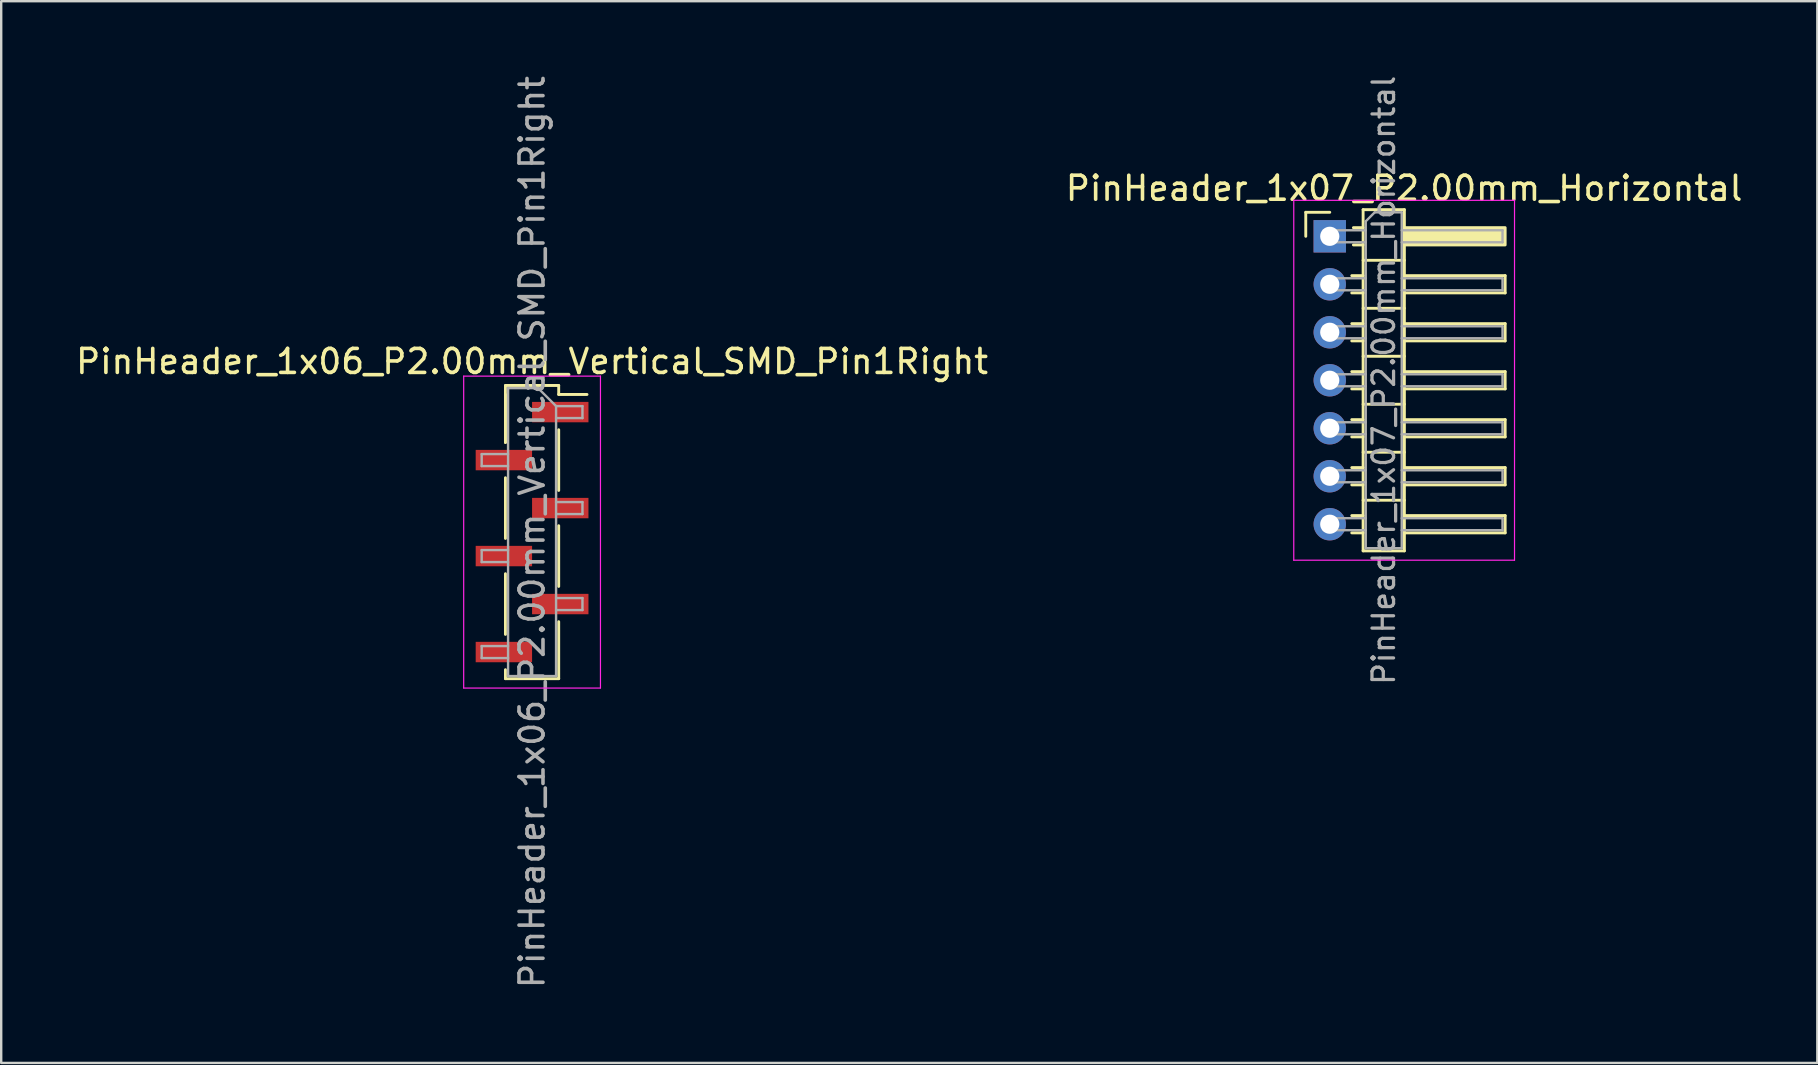
<source format=kicad_pcb>
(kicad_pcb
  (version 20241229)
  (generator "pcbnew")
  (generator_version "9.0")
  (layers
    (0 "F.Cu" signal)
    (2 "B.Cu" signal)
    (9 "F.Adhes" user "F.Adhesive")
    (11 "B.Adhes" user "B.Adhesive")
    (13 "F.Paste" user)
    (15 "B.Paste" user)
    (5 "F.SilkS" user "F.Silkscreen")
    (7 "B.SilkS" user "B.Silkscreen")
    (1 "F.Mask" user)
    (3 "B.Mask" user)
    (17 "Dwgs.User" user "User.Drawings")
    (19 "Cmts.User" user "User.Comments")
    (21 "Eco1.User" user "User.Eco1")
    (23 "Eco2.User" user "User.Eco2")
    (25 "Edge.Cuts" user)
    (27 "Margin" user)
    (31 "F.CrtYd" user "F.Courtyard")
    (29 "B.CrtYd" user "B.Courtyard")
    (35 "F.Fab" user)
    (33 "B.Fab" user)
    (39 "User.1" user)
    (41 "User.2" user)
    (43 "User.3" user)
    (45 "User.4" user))
  (footprint "PinHeader_1x06_P2.00mm_Vertical_SMD_Pin1Right"
    (layer "F.Cu")
    (at 19.125 19.125)
    (property "Reference" "PinHeader_1x06_P2.00mm_Vertical_SMD_Pin1Right" (at 0 -7.11 0) (layer "F.SilkS") (effects (font (size 1 1) (thickness 0.15))))
    (attr smd)
    (fp_line (start -1.11 -6.11) (end -1.11 -3.735) (stroke (width 0.12) (type solid)) (layer "F.SilkS"))
    (fp_line (start -1.11 -6.11) (end 1.11 -6.11) (stroke (width 0.12) (type solid)) (layer "F.SilkS"))
    (fp_line (start -1.11 -5.735) (end -1.11 -3.735) (stroke (width 0.12) (type solid)) (layer "F.SilkS"))
    (fp_line (start -1.11 -2.265) (end -1.11 0.265) (stroke (width 0.12) (type solid)) (layer "F.SilkS"))
    (fp_line (start -1.11 1.735) (end -1.11 4.265) (stroke (width 0.12) (type solid)) (layer "F.SilkS"))
    (fp_line (start -1.11 5.735) (end -1.11 6.11) (stroke (width 0.12) (type solid)) (layer "F.SilkS"))
    (fp_line (start -1.11 6.11) (end 1.11 6.11) (stroke (width 0.12) (type solid)) (layer "F.SilkS"))
    (fp_line (start 1.11 -6.11) (end 1.11 -5.735) (stroke (width 0.12) (type solid)) (layer "F.SilkS"))
    (fp_line (start 1.11 -5.735) (end 2.29 -5.735) (stroke (width 0.12) (type solid)) (layer "F.SilkS"))
    (fp_line (start 1.11 -4.265) (end 1.11 -1.735) (stroke (width 0.12) (type solid)) (layer "F.SilkS"))
    (fp_line (start 1.11 -0.265) (end 1.11 2.265) (stroke (width 0.12) (type solid)) (layer "F.SilkS"))
    (fp_line (start 1.11 3.735) (end 1.11 6.11) (stroke (width 0.12) (type solid)) (layer "F.SilkS"))
    (fp_line (start -2.85 -6.5) (end -2.85 6.5) (stroke (width 0.05) (type solid)) (layer "F.CrtYd"))
    (fp_line (start -2.85 6.5) (end 2.85 6.5) (stroke (width 0.05) (type solid)) (layer "F.CrtYd"))
    (fp_line (start 2.85 -6.5) (end -2.85 -6.5) (stroke (width 0.05) (type solid)) (layer "F.CrtYd"))
    (fp_line (start 2.85 6.5) (end 2.85 -6.5) (stroke (width 0.05) (type solid)) (layer "F.CrtYd"))
    (fp_line (start -2.1 -3.25) (end -2.1 -2.75) (stroke (width 0.1) (type solid)) (layer "F.Fab"))
    (fp_line (start -2.1 -2.75) (end -1 -2.75) (stroke (width 0.1) (type solid)) (layer "F.Fab"))
    (fp_line (start -2.1 0.75) (end -2.1 1.25) (stroke (width 0.1) (type solid)) (layer "F.Fab"))
    (fp_line (start -2.1 1.25) (end -1 1.25) (stroke (width 0.1) (type solid)) (layer "F.Fab"))
    (fp_line (start -2.1 4.75) (end -2.1 5.25) (stroke (width 0.1) (type solid)) (layer "F.Fab"))
    (fp_line (start -2.1 5.25) (end -1 5.25) (stroke (width 0.1) (type solid)) (layer "F.Fab"))
    (fp_line (start -1 -6) (end -1 6) (stroke (width 0.1) (type solid)) (layer "F.Fab"))
    (fp_line (start -1 -6) (end 0.25 -6) (stroke (width 0.1) (type solid)) (layer "F.Fab"))
    (fp_line (start -1 -3.25) (end -2.1 -3.25) (stroke (width 0.1) (type solid)) (layer "F.Fab"))
    (fp_line (start -1 0.75) (end -2.1 0.75) (stroke (width 0.1) (type solid)) (layer "F.Fab"))
    (fp_line (start -1 4.75) (end -2.1 4.75) (stroke (width 0.1) (type solid)) (layer "F.Fab"))
    (fp_line (start 1 -5.25) (end 0.25 -6) (stroke (width 0.1) (type solid)) (layer "F.Fab"))
    (fp_line (start 1 -5.25) (end 2.1 -5.25) (stroke (width 0.1) (type solid)) (layer "F.Fab"))
    (fp_line (start 1 -1.25) (end 2.1 -1.25) (stroke (width 0.1) (type solid)) (layer "F.Fab"))
    (fp_line (start 1 2.75) (end 2.1 2.75) (stroke (width 0.1) (type solid)) (layer "F.Fab"))
    (fp_line (start 1 6) (end -1 6) (stroke (width 0.1) (type solid)) (layer "F.Fab"))
    (fp_line (start 1 6) (end 1 -5.25) (stroke (width 0.1) (type solid)) (layer "F.Fab"))
    (fp_line (start 2.1 -5.25) (end 2.1 -4.75) (stroke (width 0.1) (type solid)) (layer "F.Fab"))
    (fp_line (start 2.1 -4.75) (end 1 -4.75) (stroke (width 0.1) (type solid)) (layer "F.Fab"))
    (fp_line (start 2.1 -1.25) (end 2.1 -0.75) (stroke (width 0.1) (type solid)) (layer "F.Fab"))
    (fp_line (start 2.1 -0.75) (end 1 -0.75) (stroke (width 0.1) (type solid)) (layer "F.Fab"))
    (fp_line (start 2.1 2.75) (end 2.1 3.25) (stroke (width 0.1) (type solid)) (layer "F.Fab"))
    (fp_line (start 2.1 3.25) (end 1 3.25) (stroke (width 0.1) (type solid)) (layer "F.Fab"))
    (fp_text user "${REFERENCE}" (at 0 0 90) (layer "F.Fab") (effects (font (size 1 1) (thickness 0.15))))
    (pad "1" smd rect (at 1.175 -5) (size 2.35 0.85) (layers "F.Cu" "F.Mask" "F.Paste"))
    (pad "2" smd rect (at -1.175 -3) (size 2.35 0.85) (layers "F.Cu" "F.Mask" "F.Paste"))
    (pad "3" smd rect (at 1.175 -1) (size 2.35 0.85) (layers "F.Cu" "F.Mask" "F.Paste"))
    (pad "4" smd rect (at -1.175 1) (size 2.35 0.85) (layers "F.Cu" "F.Mask" "F.Paste"))
    (pad "5" smd rect (at 1.175 3) (size 2.35 0.85) (layers "F.Cu" "F.Mask" "F.Paste"))
    (pad "6" smd rect (at -1.175 5) (size 2.35 0.85) (layers "F.Cu" "F.Mask" "F.Paste")))
  (footprint "PinHeader_1x07_P2.00mm_Horizontal"
    (layer "F.Cu")
    (at 52.37 6.798)
    (property "Reference" "PinHeader_1x07_P2.00mm_Horizontal" (at 3.1 -2 0) (layer "F.SilkS") (effects (font (size 1 1) (thickness 0.15))))
    (attr through_hole)
    (fp_line (start -1 -1) (end 0 -1) (stroke (width 0.12) (type solid)) (layer "F.SilkS"))
    (fp_line (start -1 0) (end -1 -1) (stroke (width 0.12) (type solid)) (layer "F.SilkS"))
    (fp_line (start 0.917 1.64) (end 1.39 1.64) (stroke (width 0.12) (type solid)) (layer "F.SilkS"))
    (fp_line (start 0.917 2.36) (end 1.39 2.36) (stroke (width 0.12) (type solid)) (layer "F.SilkS"))
    (fp_line (start 0.917 3.64) (end 1.39 3.64) (stroke (width 0.12) (type solid)) (layer "F.SilkS"))
    (fp_line (start 0.917 4.36) (end 1.39 4.36) (stroke (width 0.12) (type solid)) (layer "F.SilkS"))
    (fp_line (start 0.917 5.64) (end 1.39 5.64) (stroke (width 0.12) (type solid)) (layer "F.SilkS"))
    (fp_line (start 0.917 6.36) (end 1.39 6.36) (stroke (width 0.12) (type solid)) (layer "F.SilkS"))
    (fp_line (start 0.917 7.64) (end 1.39 7.64) (stroke (width 0.12) (type solid)) (layer "F.SilkS"))
    (fp_line (start 0.917 8.36) (end 1.39 8.36) (stroke (width 0.12) (type solid)) (layer "F.SilkS"))
    (fp_line (start 0.917 9.64) (end 1.39 9.64) (stroke (width 0.12) (type solid)) (layer "F.SilkS"))
    (fp_line (start 0.917 10.36) (end 1.39 10.36) (stroke (width 0.12) (type solid)) (layer "F.SilkS"))
    (fp_line (start 0.917 11.64) (end 1.39 11.64) (stroke (width 0.12) (type solid)) (layer "F.SilkS"))
    (fp_line (start 0.917 12.36) (end 1.39 12.36) (stroke (width 0.12) (type solid)) (layer "F.SilkS"))
    (fp_line (start 0.985 -0.36) (end 1.39 -0.36) (stroke (width 0.12) (type solid)) (layer "F.SilkS"))
    (fp_line (start 0.985 0.36) (end 1.39 0.36) (stroke (width 0.12) (type solid)) (layer "F.SilkS"))
    (fp_line (start 1.39 -1.11) (end 1.39 13.11) (stroke (width 0.12) (type solid)) (layer "F.SilkS"))
    (fp_line (start 1.39 1) (end 3.11 1) (stroke (width 0.12) (type solid)) (layer "F.SilkS"))
    (fp_line (start 1.39 3) (end 3.11 3) (stroke (width 0.12) (type solid)) (layer "F.SilkS"))
    (fp_line (start 1.39 5) (end 3.11 5) (stroke (width 0.12) (type solid)) (layer "F.SilkS"))
    (fp_line (start 1.39 7) (end 3.11 7) (stroke (width 0.12) (type solid)) (layer "F.SilkS"))
    (fp_line (start 1.39 9) (end 3.11 9) (stroke (width 0.12) (type solid)) (layer "F.SilkS"))
    (fp_line (start 1.39 11) (end 3.11 11) (stroke (width 0.12) (type solid)) (layer "F.SilkS"))
    (fp_line (start 1.39 13.11) (end 3.11 13.11) (stroke (width 0.12) (type solid)) (layer "F.SilkS"))
    (fp_line (start 3.11 -1.11) (end 1.39 -1.11) (stroke (width 0.12) (type solid)) (layer "F.SilkS"))
    (fp_line (start 3.11 1.64) (end 7.31 1.64) (stroke (width 0.12) (type solid)) (layer "F.SilkS"))
    (fp_line (start 3.11 3.64) (end 7.31 3.64) (stroke (width 0.12) (type solid)) (layer "F.SilkS"))
    (fp_line (start 3.11 5.64) (end 7.31 5.64) (stroke (width 0.12) (type solid)) (layer "F.SilkS"))
    (fp_line (start 3.11 7.64) (end 7.31 7.64) (stroke (width 0.12) (type solid)) (layer "F.SilkS"))
    (fp_line (start 3.11 9.64) (end 7.31 9.64) (stroke (width 0.12) (type solid)) (layer "F.SilkS"))
    (fp_line (start 3.11 11.64) (end 7.31 11.64) (stroke (width 0.12) (type solid)) (layer "F.SilkS"))
    (fp_line (start 3.11 13.11) (end 3.11 -1.11) (stroke (width 0.12) (type solid)) (layer "F.SilkS"))
    (fp_line (start 7.31 1.64) (end 7.31 2.36) (stroke (width 0.12) (type solid)) (layer "F.SilkS"))
    (fp_line (start 7.31 2.36) (end 3.11 2.36) (stroke (width 0.12) (type solid)) (layer "F.SilkS"))
    (fp_line (start 7.31 3.64) (end 7.31 4.36) (stroke (width 0.12) (type solid)) (layer "F.SilkS"))
    (fp_line (start 7.31 4.36) (end 3.11 4.36) (stroke (width 0.12) (type solid)) (layer "F.SilkS"))
    (fp_line (start 7.31 5.64) (end 7.31 6.36) (stroke (width 0.12) (type solid)) (layer "F.SilkS"))
    (fp_line (start 7.31 6.36) (end 3.11 6.36) (stroke (width 0.12) (type solid)) (layer "F.SilkS"))
    (fp_line (start 7.31 7.64) (end 7.31 8.36) (stroke (width 0.12) (type solid)) (layer "F.SilkS"))
    (fp_line (start 7.31 8.36) (end 3.11 8.36) (stroke (width 0.12) (type solid)) (layer "F.SilkS"))
    (fp_line (start 7.31 9.64) (end 7.31 10.36) (stroke (width 0.12) (type solid)) (layer "F.SilkS"))
    (fp_line (start 7.31 10.36) (end 3.11 10.36) (stroke (width 0.12) (type solid)) (layer "F.SilkS"))
    (fp_line (start 7.31 11.64) (end 7.31 12.36) (stroke (width 0.12) (type solid)) (layer "F.SilkS"))
    (fp_line (start 7.31 12.36) (end 3.11 12.36) (stroke (width 0.12) (type solid)) (layer "F.SilkS"))
    (fp_rect (start 3.11 -0.36) (end 7.31 0.36) (stroke (width 0.12) (type solid)) (fill yes) (layer "F.SilkS"))
    (fp_line (start -1.5 -1.5) (end -1.5 13.5) (stroke (width 0.05) (type solid)) (layer "F.CrtYd"))
    (fp_line (start -1.5 13.5) (end 7.7 13.5) (stroke (width 0.05) (type solid)) (layer "F.CrtYd"))
    (fp_line (start 7.7 -1.5) (end -1.5 -1.5) (stroke (width 0.05) (type solid)) (layer "F.CrtYd"))
    (fp_line (start 7.7 13.5) (end 7.7 -1.5) (stroke (width 0.05) (type solid)) (layer "F.CrtYd"))
    (fp_line (start -0.25 -0.25) (end -0.25 0.25) (stroke (width 0.1) (type solid)) (layer "F.Fab"))
    (fp_line (start -0.25 -0.25) (end 1.5 -0.25) (stroke (width 0.1) (type solid)) (layer "F.Fab"))
    (fp_line (start -0.25 0.25) (end 1.5 0.25) (stroke (width 0.1) (type solid)) (layer "F.Fab"))
    (fp_line (start -0.25 1.75) (end -0.25 2.25) (stroke (width 0.1) (type solid)) (layer "F.Fab"))
    (fp_line (start -0.25 1.75) (end 1.5 1.75) (stroke (width 0.1) (type solid)) (layer "F.Fab"))
    (fp_line (start -0.25 2.25) (end 1.5 2.25) (stroke (width 0.1) (type solid)) (layer "F.Fab"))
    (fp_line (start -0.25 3.75) (end -0.25 4.25) (stroke (width 0.1) (type solid)) (layer "F.Fab"))
    (fp_line (start -0.25 3.75) (end 1.5 3.75) (stroke (width 0.1) (type solid)) (layer "F.Fab"))
    (fp_line (start -0.25 4.25) (end 1.5 4.25) (stroke (width 0.1) (type solid)) (layer "F.Fab"))
    (fp_line (start -0.25 5.75) (end -0.25 6.25) (stroke (width 0.1) (type solid)) (layer "F.Fab"))
    (fp_line (start -0.25 5.75) (end 1.5 5.75) (stroke (width 0.1) (type solid)) (layer "F.Fab"))
    (fp_line (start -0.25 6.25) (end 1.5 6.25) (stroke (width 0.1) (type solid)) (layer "F.Fab"))
    (fp_line (start -0.25 7.75) (end -0.25 8.25) (stroke (width 0.1) (type solid)) (layer "F.Fab"))
    (fp_line (start -0.25 7.75) (end 1.5 7.75) (stroke (width 0.1) (type solid)) (layer "F.Fab"))
    (fp_line (start -0.25 8.25) (end 1.5 8.25) (stroke (width 0.1) (type solid)) (layer "F.Fab"))
    (fp_line (start -0.25 9.75) (end -0.25 10.25) (stroke (width 0.1) (type solid)) (layer "F.Fab"))
    (fp_line (start -0.25 9.75) (end 1.5 9.75) (stroke (width 0.1) (type solid)) (layer "F.Fab"))
    (fp_line (start -0.25 10.25) (end 1.5 10.25) (stroke (width 0.1) (type solid)) (layer "F.Fab"))
    (fp_line (start -0.25 11.75) (end -0.25 12.25) (stroke (width 0.1) (type solid)) (layer "F.Fab"))
    (fp_line (start -0.25 11.75) (end 1.5 11.75) (stroke (width 0.1) (type solid)) (layer "F.Fab"))
    (fp_line (start -0.25 12.25) (end 1.5 12.25) (stroke (width 0.1) (type solid)) (layer "F.Fab"))
    (fp_line (start 1.5 -0.625) (end 1.875 -1) (stroke (width 0.1) (type solid)) (layer "F.Fab"))
    (fp_line (start 1.5 13) (end 1.5 -0.625) (stroke (width 0.1) (type solid)) (layer "F.Fab"))
    (fp_line (start 1.875 -1) (end 3 -1) (stroke (width 0.1) (type solid)) (layer "F.Fab"))
    (fp_line (start 3 -1) (end 3 13) (stroke (width 0.1) (type solid)) (layer "F.Fab"))
    (fp_line (start 3 -0.25) (end 7.2 -0.25) (stroke (width 0.1) (type solid)) (layer "F.Fab"))
    (fp_line (start 3 0.25) (end 7.2 0.25) (stroke (width 0.1) (type solid)) (layer "F.Fab"))
    (fp_line (start 3 1.75) (end 7.2 1.75) (stroke (width 0.1) (type solid)) (layer "F.Fab"))
    (fp_line (start 3 2.25) (end 7.2 2.25) (stroke (width 0.1) (type solid)) (layer "F.Fab"))
    (fp_line (start 3 3.75) (end 7.2 3.75) (stroke (width 0.1) (type solid)) (layer "F.Fab"))
    (fp_line (start 3 4.25) (end 7.2 4.25) (stroke (width 0.1) (type solid)) (layer "F.Fab"))
    (fp_line (start 3 5.75) (end 7.2 5.75) (stroke (width 0.1) (type solid)) (layer "F.Fab"))
    (fp_line (start 3 6.25) (end 7.2 6.25) (stroke (width 0.1) (type solid)) (layer "F.Fab"))
    (fp_line (start 3 7.75) (end 7.2 7.75) (stroke (width 0.1) (type solid)) (layer "F.Fab"))
    (fp_line (start 3 8.25) (end 7.2 8.25) (stroke (width 0.1) (type solid)) (layer "F.Fab"))
    (fp_line (start 3 9.75) (end 7.2 9.75) (stroke (width 0.1) (type solid)) (layer "F.Fab"))
    (fp_line (start 3 10.25) (end 7.2 10.25) (stroke (width 0.1) (type solid)) (layer "F.Fab"))
    (fp_line (start 3 11.75) (end 7.2 11.75) (stroke (width 0.1) (type solid)) (layer "F.Fab"))
    (fp_line (start 3 12.25) (end 7.2 12.25) (stroke (width 0.1) (type solid)) (layer "F.Fab"))
    (fp_line (start 3 13) (end 1.5 13) (stroke (width 0.1) (type solid)) (layer "F.Fab"))
    (fp_line (start 7.2 -0.25) (end 7.2 0.25) (stroke (width 0.1) (type solid)) (layer "F.Fab"))
    (fp_line (start 7.2 1.75) (end 7.2 2.25) (stroke (width 0.1) (type solid)) (layer "F.Fab"))
    (fp_line (start 7.2 3.75) (end 7.2 4.25) (stroke (width 0.1) (type solid)) (layer "F.Fab"))
    (fp_line (start 7.2 5.75) (end 7.2 6.25) (stroke (width 0.1) (type solid)) (layer "F.Fab"))
    (fp_line (start 7.2 7.75) (end 7.2 8.25) (stroke (width 0.1) (type solid)) (layer "F.Fab"))
    (fp_line (start 7.2 9.75) (end 7.2 10.25) (stroke (width 0.1) (type solid)) (layer "F.Fab"))
    (fp_line (start 7.2 11.75) (end 7.2 12.25) (stroke (width 0.1) (type solid)) (layer "F.Fab"))
    (fp_text user "${REFERENCE}" (at 2.25 6 90) (layer "F.Fab") (effects (font (size 0.9 0.9) (thickness 0.135))))
    (pad "1" thru_hole rect (at 0 0) (size 1.35 1.35) (drill 0.8) (layers "*.Cu" "*.Mask"))
    (pad "2" thru_hole circle (at 0 2) (size 1.35 1.35) (drill 0.8) (layers "*.Cu" "*.Mask"))
    (pad "3" thru_hole circle (at 0 4) (size 1.35 1.35) (drill 0.8) (layers "*.Cu" "*.Mask"))
    (pad "4" thru_hole circle (at 0 6) (size 1.35 1.35) (drill 0.8) (layers "*.Cu" "*.Mask"))
    (pad "5" thru_hole circle (at 0 8) (size 1.35 1.35) (drill 0.8) (layers "*.Cu" "*.Mask"))
    (pad "6" thru_hole circle (at 0 10) (size 1.35 1.35) (drill 0.8) (layers "*.Cu" "*.Mask"))
    (pad "7" thru_hole circle (at 0 12) (size 1.35 1.35) (drill 0.8) (layers "*.Cu" "*.Mask")))
  (gr_rect
    (start -3 -3)
    (end 72.69 41.25)
    (stroke (width 0.1) (type default))
    (fill no)
    (layer "Edge.Cuts")))
</source>
